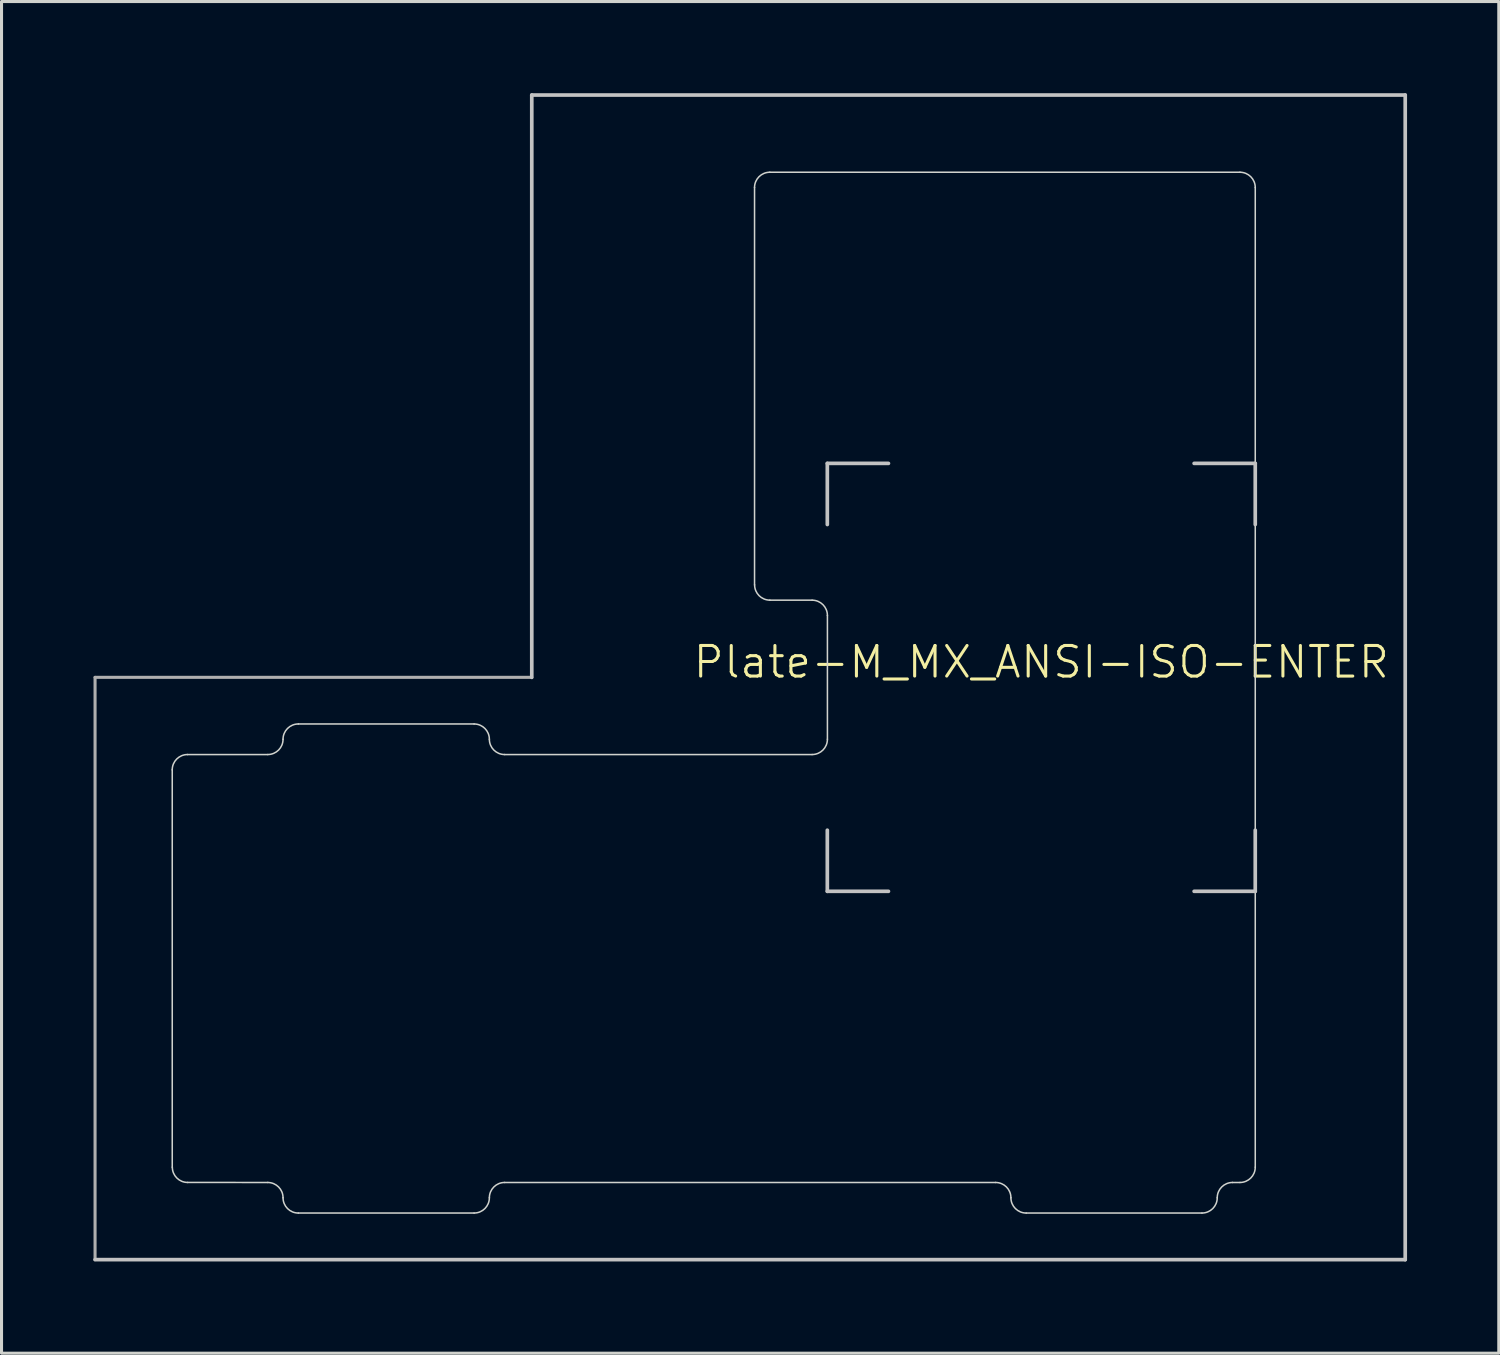
<source format=kicad_pcb>
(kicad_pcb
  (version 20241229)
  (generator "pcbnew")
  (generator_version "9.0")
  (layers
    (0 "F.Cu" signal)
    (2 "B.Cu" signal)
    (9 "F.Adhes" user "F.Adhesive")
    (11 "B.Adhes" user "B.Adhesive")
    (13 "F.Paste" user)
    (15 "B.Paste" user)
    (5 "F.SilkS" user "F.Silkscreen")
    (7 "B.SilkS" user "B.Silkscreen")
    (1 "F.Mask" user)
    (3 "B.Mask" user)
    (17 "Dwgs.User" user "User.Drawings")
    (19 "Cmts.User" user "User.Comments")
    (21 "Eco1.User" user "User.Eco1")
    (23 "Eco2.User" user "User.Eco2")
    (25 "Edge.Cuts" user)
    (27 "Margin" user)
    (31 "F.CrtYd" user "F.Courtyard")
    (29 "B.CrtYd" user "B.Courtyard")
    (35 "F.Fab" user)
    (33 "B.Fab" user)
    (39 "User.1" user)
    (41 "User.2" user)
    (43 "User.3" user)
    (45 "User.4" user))
  (footprint "Plate-M_MX_ANSI-ISO-ENTER"
    (layer "F.Cu")
    (at 31.016 19.11)
    (property "Reference" "Plate-M_MX_ANSI-ISO-ENTER" (at 0 -0.5 0) (unlocked yes) (layer "F.SilkS") (effects (font (size 1 1) (thickness 0.1))))
    (attr exclude_from_pos_files exclude_from_bom allow_missing_courtyard)
    (fp_line (start -28.431 3.025) (end -28.431 16.025) (stroke (width 1.1) (type solid)) (layer "F.Mask"))
    (fp_line (start -25.306 2.525) (end -27.931 2.525) (stroke (width 1.1) (type solid)) (layer "F.Mask"))
    (fp_line (start -25.306 16.525) (end -27.928 16.524) (stroke (width 1.1) (type solid)) (layer "F.Mask"))
    (fp_line (start -24.306 17.525) (end -18.556 17.525) (stroke (width 1.1) (type solid)) (layer "F.Mask"))
    (fp_line (start -18.556 1.525) (end -24.306 1.525) (stroke (width 1.1) (type solid)) (layer "F.Mask"))
    (fp_line (start -17.556 2.525) (end -7.497 2.525) (stroke (width 1.1) (type solid)) (layer "F.Mask"))
    (fp_line (start -9.381 -16.025) (end -9.381 -3.025) (stroke (width 1.1) (type solid)) (layer "F.Mask"))
    (fp_line (start -8.881 -2.525) (end -7.497 -2.525) (stroke (width 1.1) (type solid)) (layer "F.Mask"))
    (fp_line (start -6.997 -2.025) (end -6.997 2.025) (stroke (width 1.1) (type solid)) (layer "F.Mask"))
    (fp_line (start -1.494 16.525) (end -17.556 16.525) (stroke (width 1.1) (type solid)) (layer "F.Mask"))
    (fp_line (start -0.494 17.525) (end 5.256 17.525) (stroke (width 1.1) (type solid)) (layer "F.Mask"))
    (fp_line (start 6.5 -16.525) (end -8.881 -16.525) (stroke (width 1.1) (type solid)) (layer "F.Mask"))
    (fp_line (start 6.5 16.525) (end 6.256 16.525) (stroke (width 1.1) (type solid)) (layer "F.Mask"))
    (fp_line (start 7 16.025) (end 7 -16.025) (stroke (width 1.1) (type solid)) (layer "F.Mask"))
    (fp_arc (start -28.43125 3.025) (mid -28.284803 2.671447) (end -27.93125 2.525) (stroke (width 1.1) (type solid)) (layer "F.Mask"))
    (fp_arc (start -27.928486 16.523884) (mid -28.282039 16.377437) (end -28.428486 16.023884) (stroke (width 1.1) (type solid)) (layer "F.Mask"))
    (fp_arc (start -25.30625 16.525001) (mid -24.952697 16.671448) (end -24.80625 17.025001) (stroke (width 1.1) (type solid)) (layer "F.Mask"))
    (fp_arc (start -24.80625 2.024999) (mid -24.952722 2.378527) (end -25.30625 2.524999) (stroke (width 1.1) (type solid)) (layer "F.Mask"))
    (fp_arc (start -24.80625 2.024999) (mid -24.659813 1.671436) (end -24.30625 1.524999) (stroke (width 1.1) (type solid)) (layer "F.Mask"))
    (fp_arc (start -24.30625 17.525001) (mid -24.659803 17.378554) (end -24.80625 17.025001) (stroke (width 1.1) (type solid)) (layer "F.Mask"))
    (fp_arc (start -18.55625 1.524999) (mid -18.202722 1.671471) (end -18.05625 2.024999) (stroke (width 1.1) (type solid)) (layer "F.Mask"))
    (fp_arc (start -18.05625 17.025001) (mid -18.202697 17.378554) (end -18.55625 17.525001) (stroke (width 1.1) (type solid)) (layer "F.Mask"))
    (fp_arc (start -18.05625 17.025001) (mid -17.909803 16.671448) (end -17.55625 16.525001) (stroke (width 1.1) (type solid)) (layer "F.Mask"))
    (fp_arc (start -17.55625 2.524999) (mid -17.909778 2.378527) (end -18.05625 2.024999) (stroke (width 1.1) (type solid)) (layer "F.Mask"))
    (fp_arc (start -9.38125 -16.025) (mid -9.234803 -16.378553) (end -8.88125 -16.525) (stroke (width 1.1) (type solid)) (layer "F.Mask"))
    (fp_arc (start -8.878486 -2.526116) (mid -9.232039 -2.672563) (end -9.378486 -3.026116) (stroke (width 1.1) (type solid)) (layer "F.Mask"))
    (fp_arc (start -7.497236 -2.525) (mid -7.143708 -2.378528) (end -6.997236 -2.025) (stroke (width 1.1) (type solid)) (layer "F.Mask"))
    (fp_arc (start -6.997236 2.024999) (mid -7.143708 2.378527) (end -7.497236 2.524999) (stroke (width 1.1) (type solid)) (layer "F.Mask"))
    (fp_arc (start -1.49375 16.525001) (mid -1.140197 16.671448) (end -0.99375 17.025001) (stroke (width 1.1) (type solid)) (layer "F.Mask"))
    (fp_arc (start -0.49375 17.525001) (mid -0.847271 17.378537) (end -0.99375 17.025001) (stroke (width 1.1) (type solid)) (layer "F.Mask"))
    (fp_arc (start 5.75625 17.025001) (mid 5.609806 17.378571) (end 5.25625 17.525001) (stroke (width 1.1) (type solid)) (layer "F.Mask"))
    (fp_arc (start 5.75625 17.025001) (mid 5.902697 16.671448) (end 6.25625 16.525001) (stroke (width 1.1) (type solid)) (layer "F.Mask"))
    (fp_arc (start 6.5 -16.525) (mid 6.853528 -16.378528) (end 7 -16.025) (stroke (width 1.1) (type solid)) (layer "F.Mask"))
    (fp_arc (start 7 16.025) (mid 6.853528 16.378528) (end 6.5 16.525) (stroke (width 1.1) (type solid)) (layer "F.Mask"))
    (fp_line (start -28.431 3.025) (end -28.431 16.025) (stroke (width 1.1) (type solid)) (layer "B.Mask"))
    (fp_line (start -25.306 2.525) (end -27.931 2.525) (stroke (width 1.1) (type solid)) (layer "B.Mask"))
    (fp_line (start -25.306 16.525) (end -27.928 16.524) (stroke (width 1.1) (type solid)) (layer "B.Mask"))
    (fp_line (start -24.306 17.525) (end -18.556 17.525) (stroke (width 1.1) (type solid)) (layer "B.Mask"))
    (fp_line (start -18.556 1.525) (end -24.306 1.525) (stroke (width 1.1) (type solid)) (layer "B.Mask"))
    (fp_line (start -17.556 2.525) (end -7.497 2.525) (stroke (width 1.1) (type solid)) (layer "B.Mask"))
    (fp_line (start -9.381 -16.025) (end -9.381 -3.025) (stroke (width 1.1) (type solid)) (layer "B.Mask"))
    (fp_line (start -8.881 -2.525) (end -7.497 -2.525) (stroke (width 1.1) (type solid)) (layer "B.Mask"))
    (fp_line (start -6.997 -2.025) (end -6.997 2.025) (stroke (width 1.1) (type solid)) (layer "B.Mask"))
    (fp_line (start -1.494 16.525) (end -17.556 16.525) (stroke (width 1.1) (type solid)) (layer "B.Mask"))
    (fp_line (start -0.494 17.525) (end 5.256 17.525) (stroke (width 1.1) (type solid)) (layer "B.Mask"))
    (fp_line (start 6.5 -16.525) (end -8.881 -16.525) (stroke (width 1.1) (type solid)) (layer "B.Mask"))
    (fp_line (start 6.5 16.525) (end 6.256 16.525) (stroke (width 1.1) (type solid)) (layer "B.Mask"))
    (fp_line (start 7 16.025) (end 7 -16.025) (stroke (width 1.1) (type solid)) (layer "B.Mask"))
    (fp_arc (start -28.43125 3.025) (mid -28.284803 2.671447) (end -27.93125 2.525) (stroke (width 1.1) (type solid)) (layer "B.Mask"))
    (fp_arc (start -27.928486 16.523884) (mid -28.282039 16.377437) (end -28.428486 16.023884) (stroke (width 1.1) (type solid)) (layer "B.Mask"))
    (fp_arc (start -25.30625 16.525001) (mid -24.952697 16.671448) (end -24.80625 17.025001) (stroke (width 1.1) (type solid)) (layer "B.Mask"))
    (fp_arc (start -24.80625 2.024999) (mid -24.952722 2.378527) (end -25.30625 2.524999) (stroke (width 1.1) (type solid)) (layer "B.Mask"))
    (fp_arc (start -24.80625 2.024999) (mid -24.659813 1.671436) (end -24.30625 1.524999) (stroke (width 1.1) (type solid)) (layer "B.Mask"))
    (fp_arc (start -24.30625 17.525001) (mid -24.659803 17.378554) (end -24.80625 17.025001) (stroke (width 1.1) (type solid)) (layer "B.Mask"))
    (fp_arc (start -18.55625 1.524999) (mid -18.202722 1.671471) (end -18.05625 2.024999) (stroke (width 1.1) (type solid)) (layer "B.Mask"))
    (fp_arc (start -18.05625 17.025001) (mid -18.202697 17.378554) (end -18.55625 17.525001) (stroke (width 1.1) (type solid)) (layer "B.Mask"))
    (fp_arc (start -18.05625 17.025001) (mid -17.909803 16.671448) (end -17.55625 16.525001) (stroke (width 1.1) (type solid)) (layer "B.Mask"))
    (fp_arc (start -17.55625 2.524999) (mid -17.909778 2.378527) (end -18.05625 2.024999) (stroke (width 1.1) (type solid)) (layer "B.Mask"))
    (fp_arc (start -9.38125 -16.025) (mid -9.234803 -16.378553) (end -8.88125 -16.525) (stroke (width 1.1) (type solid)) (layer "B.Mask"))
    (fp_arc (start -8.878486 -2.526116) (mid -9.232039 -2.672563) (end -9.378486 -3.026116) (stroke (width 1.1) (type solid)) (layer "B.Mask"))
    (fp_arc (start -7.497236 -2.525) (mid -7.143708 -2.378528) (end -6.997236 -2.025) (stroke (width 1.1) (type solid)) (layer "B.Mask"))
    (fp_arc (start -6.997236 2.024999) (mid -7.143708 2.378527) (end -7.497236 2.524999) (stroke (width 1.1) (type solid)) (layer "B.Mask"))
    (fp_arc (start -1.49375 16.525001) (mid -1.140197 16.671448) (end -0.99375 17.025001) (stroke (width 1.1) (type solid)) (layer "B.Mask"))
    (fp_arc (start -0.49375 17.525001) (mid -0.847271 17.378537) (end -0.99375 17.025001) (stroke (width 1.1) (type solid)) (layer "B.Mask"))
    (fp_arc (start 5.75625 17.025001) (mid 5.609806 17.378571) (end 5.25625 17.525001) (stroke (width 1.1) (type solid)) (layer "B.Mask"))
    (fp_arc (start 5.75625 17.025001) (mid 5.902697 16.671448) (end 6.25625 16.525001) (stroke (width 1.1) (type solid)) (layer "B.Mask"))
    (fp_arc (start 6.5 -16.525) (mid 6.853528 -16.378528) (end 7 -16.025) (stroke (width 1.1) (type solid)) (layer "B.Mask"))
    (fp_arc (start 7 16.025) (mid 6.853528 16.378528) (end 6.5 16.525) (stroke (width 1.1) (type solid)) (layer "B.Mask"))
    (fp_line (start -30.956 19.05) (end 11.906 19.05) (stroke (width 0.12) (type solid)) (layer "Dwgs.User"))
    (fp_line (start -16.669 -19.05) (end -16.669 0) (stroke (width 0.12) (type solid)) (layer "Dwgs.User"))
    (fp_line (start -7 -7) (end -5 -7) (stroke (width 0.12) (type solid)) (layer "Dwgs.User"))
    (fp_line (start -7 -5) (end -7 -7) (stroke (width 0.12) (type solid)) (layer "Dwgs.User"))
    (fp_line (start -7 7) (end -7 5) (stroke (width 0.12) (type solid)) (layer "Dwgs.User"))
    (fp_line (start -5 7) (end -7 7) (stroke (width 0.12) (type solid)) (layer "Dwgs.User"))
    (fp_line (start 7 -7) (end 5 -7) (stroke (width 0.12) (type solid)) (layer "Dwgs.User"))
    (fp_line (start 7 -5) (end 7 -7) (stroke (width 0.12) (type solid)) (layer "Dwgs.User"))
    (fp_line (start 7 5) (end 7 7) (stroke (width 0.12) (type solid)) (layer "Dwgs.User"))
    (fp_line (start 7 7) (end 5 7) (stroke (width 0.12) (type solid)) (layer "Dwgs.User"))
    (fp_line (start 11.906 -19.05) (end -16.669 -19.05) (stroke (width 0.12) (type solid)) (layer "Dwgs.User"))
    (fp_line (start 11.906 19.05) (end 11.906 -19.05) (stroke (width 0.12) (type solid)) (layer "Dwgs.User"))
    (fp_line (start -28.431 3.025) (end -28.431 16.025) (stroke (width 0.05) (type solid)) (layer "Edge.Cuts"))
    (fp_line (start -25.306 2.525) (end -27.931 2.525) (stroke (width 0.05) (type solid)) (layer "Edge.Cuts"))
    (fp_line (start -25.306 16.525) (end -27.928 16.524) (stroke (width 0.05) (type default)) (layer "Edge.Cuts"))
    (fp_line (start -24.306 17.525) (end -18.556 17.525) (stroke (width 0.05) (type solid)) (layer "Edge.Cuts"))
    (fp_line (start -18.556 1.525) (end -24.306 1.525) (stroke (width 0.05) (type solid)) (layer "Edge.Cuts"))
    (fp_line (start -17.556 2.525) (end -7.497 2.525) (stroke (width 0.05) (type default)) (layer "Edge.Cuts"))
    (fp_line (start -9.381 -16.025) (end -9.381 -3.025) (stroke (width 0.05) (type solid)) (layer "Edge.Cuts"))
    (fp_line (start -8.881 -2.525) (end -7.497 -2.525) (stroke (width 0.05) (type solid)) (layer "Edge.Cuts"))
    (fp_line (start -6.997 -2.025) (end -6.997 2.025) (stroke (width 0.05) (type solid)) (layer "Edge.Cuts"))
    (fp_line (start -1.494 16.525) (end -17.556 16.525) (stroke (width 0.05) (type default)) (layer "Edge.Cuts"))
    (fp_line (start -0.494 17.525) (end 5.256 17.525) (stroke (width 0.05) (type solid)) (layer "Edge.Cuts"))
    (fp_line (start 6.5 -16.525) (end -8.881 -16.525) (stroke (width 0.05) (type solid)) (layer "Edge.Cuts"))
    (fp_line (start 6.5 16.525) (end 6.256 16.525) (stroke (width 0.05) (type default)) (layer "Edge.Cuts"))
    (fp_line (start 7 16.025) (end 7 -16.025) (stroke (width 0.05) (type solid)) (layer "Edge.Cuts"))
    (fp_arc (start -28.43125 3.025) (mid -28.284803 2.671447) (end -27.93125 2.525) (stroke (width 0.05) (type solid)) (layer "Edge.Cuts"))
    (fp_arc (start -27.928486 16.523884) (mid -28.282039 16.377437) (end -28.428486 16.023884) (stroke (width 0.05) (type solid)) (layer "Edge.Cuts"))
    (fp_arc (start -25.30625 16.525001) (mid -24.952697 16.671448) (end -24.80625 17.025001) (stroke (width 0.05) (type solid)) (layer "Edge.Cuts"))
    (fp_arc (start -24.80625 2.024999) (mid -24.952722 2.378527) (end -25.30625 2.524999) (stroke (width 0.05) (type solid)) (layer "Edge.Cuts"))
    (fp_arc (start -24.80625 2.024999) (mid -24.659813 1.671436) (end -24.30625 1.524999) (stroke (width 0.05) (type solid)) (layer "Edge.Cuts"))
    (fp_arc (start -24.30625 17.525001) (mid -24.659803 17.378554) (end -24.80625 17.025001) (stroke (width 0.05) (type solid)) (layer "Edge.Cuts"))
    (fp_arc (start -18.55625 1.524999) (mid -18.202722 1.671471) (end -18.05625 2.024999) (stroke (width 0.05) (type solid)) (layer "Edge.Cuts"))
    (fp_arc (start -18.05625 17.025001) (mid -18.202697 17.378554) (end -18.55625 17.525001) (stroke (width 0.05) (type solid)) (layer "Edge.Cuts"))
    (fp_arc (start -18.05625 17.025001) (mid -17.909803 16.671448) (end -17.55625 16.525001) (stroke (width 0.05) (type solid)) (layer "Edge.Cuts"))
    (fp_arc (start -17.55625 2.524999) (mid -17.909778 2.378527) (end -18.05625 2.024999) (stroke (width 0.05) (type solid)) (layer "Edge.Cuts"))
    (fp_arc (start -9.38125 -16.025) (mid -9.234803 -16.378553) (end -8.88125 -16.525) (stroke (width 0.05) (type solid)) (layer "Edge.Cuts"))
    (fp_arc (start -8.878486 -2.526116) (mid -9.232039 -2.672563) (end -9.378486 -3.026116) (stroke (width 0.05) (type solid)) (layer "Edge.Cuts"))
    (fp_arc (start -7.497236 -2.525) (mid -7.143708 -2.378528) (end -6.997236 -2.025) (stroke (width 0.05) (type solid)) (layer "Edge.Cuts"))
    (fp_arc (start -6.997236 2.024999) (mid -7.143708 2.378527) (end -7.497236 2.524999) (stroke (width 0.05) (type solid)) (layer "Edge.Cuts"))
    (fp_arc (start -1.49375 16.525001) (mid -1.140197 16.671448) (end -0.99375 17.025001) (stroke (width 0.05) (type solid)) (layer "Edge.Cuts"))
    (fp_arc (start -0.49375 17.525001) (mid -0.847271 17.378537) (end -0.99375 17.025001) (stroke (width 0.05) (type solid)) (layer "Edge.Cuts"))
    (fp_arc (start 5.75625 17.025001) (mid 5.609806 17.378571) (end 5.25625 17.525001) (stroke (width 0.05) (type solid)) (layer "Edge.Cuts"))
    (fp_arc (start 5.75625 17.025001) (mid 5.902697 16.671448) (end 6.25625 16.525001) (stroke (width 0.05) (type solid)) (layer "Edge.Cuts"))
    (fp_arc (start 6.5 -16.525) (mid 6.853528 -16.378528) (end 7 -16.025) (stroke (width 0.05) (type solid)) (layer "Edge.Cuts"))
    (fp_arc (start 7 16.025) (mid 6.853528 16.378528) (end 6.5 16.525) (stroke (width 0.05) (type solid)) (layer "Edge.Cuts"))
    (fp_line (start -30.956 0) (end -30.956 19.05) (stroke (width 0.1) (type default)) (layer "F.Fab"))
    (fp_line (start -16.669 0) (end -30.956 0) (stroke (width 0.1) (type default)) (layer "F.Fab")))
  (gr_rect
    (start -3 -3)
    (end 45.983 41.22)
    (stroke (width 0.1) (type default))
    (fill no)
    (layer "Edge.Cuts")))
</source>
